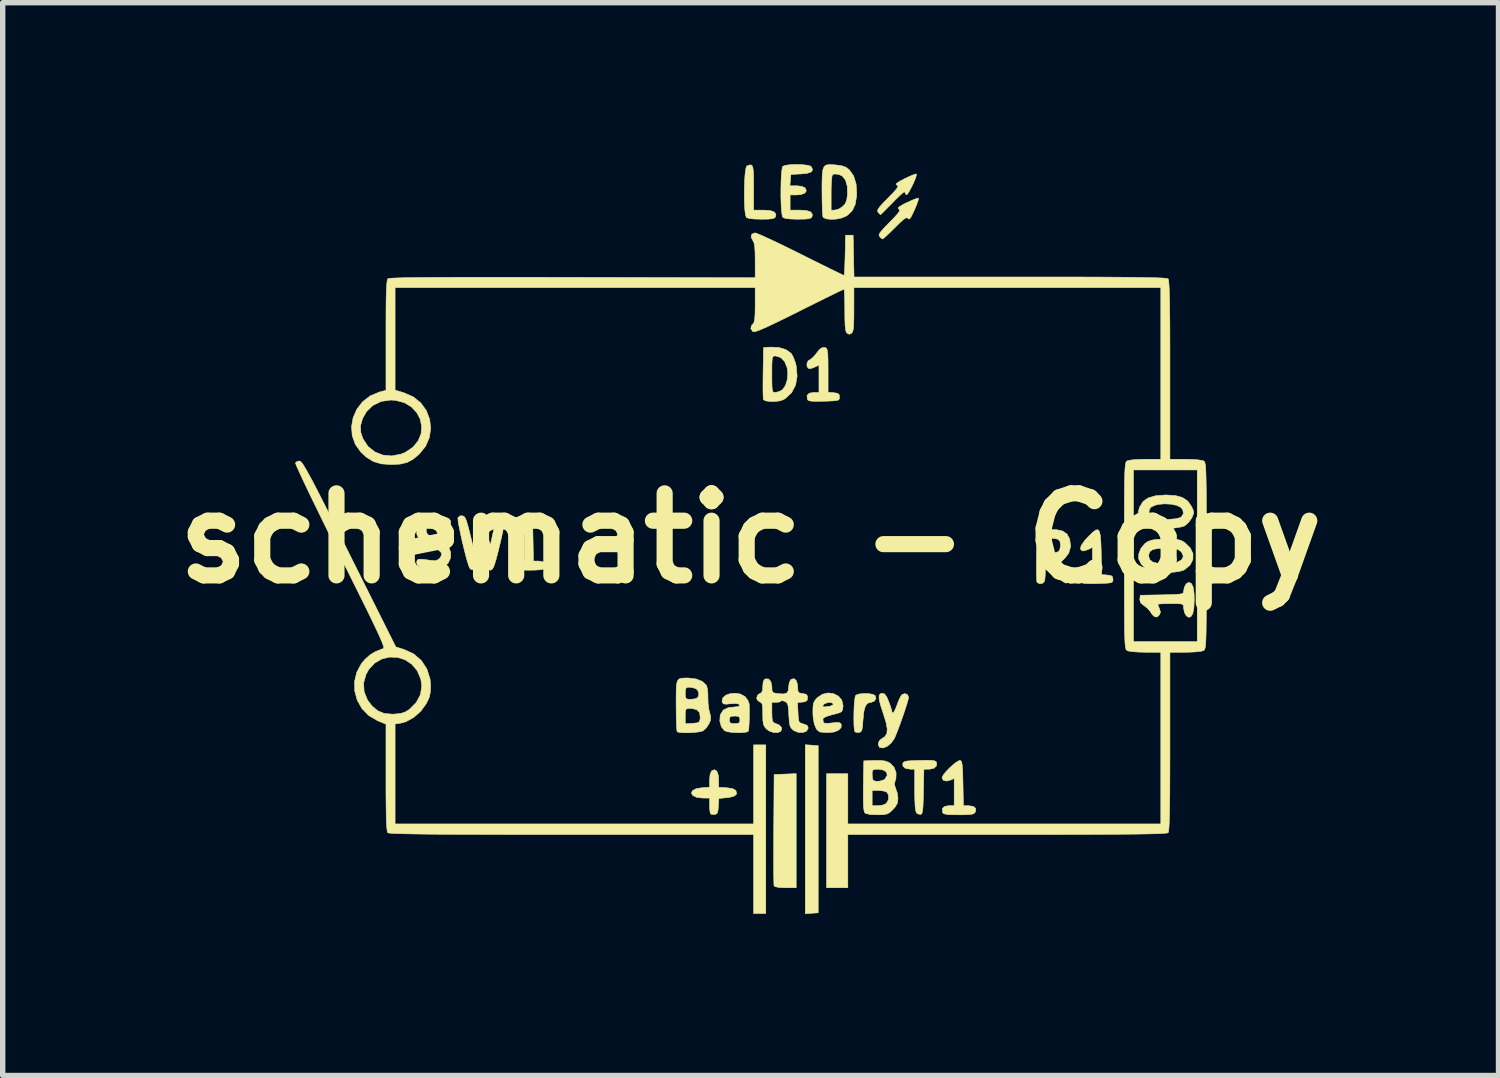
<source format=kicad_pcb>
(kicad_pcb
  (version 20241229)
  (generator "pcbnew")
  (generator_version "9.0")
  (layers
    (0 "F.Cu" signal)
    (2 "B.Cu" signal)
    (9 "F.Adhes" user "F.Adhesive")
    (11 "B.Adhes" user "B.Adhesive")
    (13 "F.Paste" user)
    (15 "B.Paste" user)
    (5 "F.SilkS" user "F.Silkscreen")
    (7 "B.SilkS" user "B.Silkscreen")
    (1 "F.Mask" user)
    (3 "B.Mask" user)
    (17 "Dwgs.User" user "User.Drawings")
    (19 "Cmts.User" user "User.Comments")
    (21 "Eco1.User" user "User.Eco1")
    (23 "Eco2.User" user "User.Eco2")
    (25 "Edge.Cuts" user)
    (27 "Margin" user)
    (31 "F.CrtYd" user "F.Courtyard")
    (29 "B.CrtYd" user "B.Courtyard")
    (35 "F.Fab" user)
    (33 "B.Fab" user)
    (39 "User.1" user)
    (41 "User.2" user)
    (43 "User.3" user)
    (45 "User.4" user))
  (footprint "schematic - Copy"
    (layer "F.Cu")
    (at 10.893 6.949)
    (property "Reference" "schematic - Copy" (at 0 0 0) (layer "F.SilkS") (effects (font (size 1.524 1.524) (thickness 0.3))))
    (attr through_hole)
    (fp_poly (pts (xy 1.136 3.844) (xy 1.256 3.852) (xy 1.256 6.957) (xy 1.136 6.965) (xy 1.016 6.974) (xy 1.016 3.835) (xy 1.136 3.844)) (stroke (width 0.01) (type solid)) (fill yes) (layer "F.SilkS"))
    (fp_poly (pts (xy 0.847 6.491) (xy 0.648 6.491) (xy 0.523 6.486) (xy 0.453 6.47) (xy 0.436 6.456) (xy 0.433 6.42) (xy 0.431 6.335) (xy 0.429 6.206) (xy 0.428 6.041) (xy 0.428 5.845) (xy 0.429 5.627) (xy 0.43 5.404) (xy 0.437 4.389) (xy 0.847 4.372) (xy 0.847 6.491)) (stroke (width 0.01) (type solid)) (fill yes) (layer "F.SilkS"))
    (fp_poly (pts (xy 2.194 2.886) (xy 2.273 2.9) (xy 2.314 2.921) (xy 2.329 2.974) (xy 2.302 3.022) (xy 2.243 3.047) (xy 2.23 3.048) (xy 2.172 3.065) (xy 2.131 3.12) (xy 2.104 3.218) (xy 2.089 3.367) (xy 2.088 3.37) (xy 2.08 3.484) (xy 2.069 3.553) (xy 2.053 3.59) (xy 2.028 3.604) (xy 2.017 3.607) (xy 1.961 3.605) (xy 1.939 3.595) (xy 1.927 3.555) (xy 1.92 3.474) (xy 1.918 3.366) (xy 1.919 3.245) (xy 1.923 3.125) (xy 1.931 3.021) (xy 1.942 2.946) (xy 1.954 2.915) (xy 2.013 2.893) (xy 2.1 2.884) (xy 2.194 2.886)) (stroke (width 0.01) (type solid)) (fill yes) (layer "F.SilkS"))
    (fp_poly (pts (xy 0.014 -6.933) (xy 0.031 -6.917) (xy 0.043 -6.881) (xy 0.051 -6.816) (xy 0.055 -6.714) (xy 0.056 -6.566) (xy 0.056 -6.506) (xy 0.056 -6.096) (xy 0.236 -6.096) (xy 0.366 -6.087) (xy 0.443 -6.06) (xy 0.471 -6.014) (xy 0.463 -5.973) (xy 0.444 -5.95) (xy 0.402 -5.936) (xy 0.326 -5.929) (xy 0.205 -5.927) (xy 0.2 -5.927) (xy 0.064 -5.931) (xy -0.032 -5.942) (xy -0.079 -5.961) (xy -0.094 -6.004) (xy -0.106 -6.091) (xy -0.113 -6.21) (xy -0.116 -6.348) (xy -0.115 -6.493) (xy -0.111 -6.634) (xy -0.103 -6.758) (xy -0.091 -6.854) (xy -0.076 -6.908) (xy -0.071 -6.914) (xy -0.016 -6.936) (xy 0.014 -6.933)) (stroke (width 0.01) (type solid)) (fill yes) (layer "F.SilkS"))
    (fp_poly (pts (xy 3.362 4.126) (xy 3.416 4.134) (xy 3.444 4.149) (xy 3.454 4.165) (xy 3.454 4.227) (xy 3.407 4.271) (xy 3.323 4.29) (xy 3.313 4.29) (xy 3.219 4.29) (xy 3.211 4.706) (xy 3.207 4.871) (xy 3.202 4.988) (xy 3.194 5.064) (xy 3.183 5.108) (xy 3.168 5.127) (xy 3.16 5.13) (xy 3.104 5.119) (xy 3.083 5.103) (xy 3.067 5.063) (xy 3.056 4.977) (xy 3.05 4.841) (xy 3.048 4.679) (xy 3.048 4.29) (xy 2.97 4.289) (xy 2.878 4.275) (xy 2.83 4.233) (xy 2.827 4.188) (xy 2.837 4.164) (xy 2.863 4.148) (xy 2.915 4.137) (xy 3.004 4.131) (xy 3.137 4.127) (xy 3.272 4.124) (xy 3.362 4.126)) (stroke (width 0.01) (type solid)) (fill yes) (layer "F.SilkS"))
    (fp_poly (pts (xy 6.479 -0.127) (xy 6.497 -0.05) (xy 6.507 0.076) (xy 6.513 0.253) (xy 6.513 0.277) (xy 6.521 0.674) (xy 6.626 0.683) (xy 6.696 0.694) (xy 6.725 0.719) (xy 6.731 0.762) (xy 6.729 0.794) (xy 6.717 0.814) (xy 6.684 0.827) (xy 6.62 0.834) (xy 6.515 0.838) (xy 6.441 0.841) (xy 6.306 0.843) (xy 6.218 0.84) (xy 6.166 0.832) (xy 6.14 0.815) (xy 6.135 0.805) (xy 6.128 0.735) (xy 6.17 0.691) (xy 6.25 0.677) (xy 6.35 0.677) (xy 6.35 0.168) (xy 6.272 0.207) (xy 6.206 0.231) (xy 6.16 0.234) (xy 6.126 0.199) (xy 6.141 0.136) (xy 6.205 0.044) (xy 6.27 -0.027) (xy 6.349 -0.105) (xy 6.408 -0.151) (xy 6.45 -0.159) (xy 6.479 -0.127)) (stroke (width 0.01) (type solid)) (fill yes) (layer "F.SilkS"))
    (fp_poly (pts (xy -0.626 4.328) (xy -0.599 4.403) (xy -0.593 4.489) (xy -0.593 4.625) (xy -0.447 4.634) (xy -0.339 4.649) (xy -0.279 4.681) (xy -0.272 4.691) (xy -0.258 4.746) (xy -0.296 4.785) (xy -0.387 4.812) (xy -0.449 4.819) (xy -0.59 4.833) (xy -0.598 4.978) (xy -0.607 5.065) (xy -0.624 5.111) (xy -0.656 5.129) (xy -0.664 5.131) (xy -0.72 5.129) (xy -0.742 5.119) (xy -0.754 5.081) (xy -0.761 5.007) (xy -0.762 4.962) (xy -0.762 4.826) (xy -0.884 4.826) (xy -0.999 4.813) (xy -1.072 4.779) (xy -1.099 4.735) (xy -1.08 4.689) (xy -1.015 4.653) (xy -0.907 4.634) (xy -0.762 4.625) (xy -0.762 4.489) (xy -0.752 4.384) (xy -0.724 4.322) (xy -0.72 4.318) (xy -0.667 4.298) (xy -0.626 4.328)) (stroke (width 0.01) (type solid)) (fill yes) (layer "F.SilkS"))
    (fp_poly (pts (xy 3.118 -6.317) (xy 3.115 -6.286) (xy 3.092 -6.218) (xy 3.055 -6.125) (xy 3.044 -6.101) (xy 2.997 -6) (xy 2.965 -5.945) (xy 2.942 -5.929) (xy 2.924 -5.942) (xy 2.904 -5.955) (xy 2.873 -5.946) (xy 2.824 -5.909) (xy 2.749 -5.839) (xy 2.682 -5.772) (xy 2.594 -5.685) (xy 2.52 -5.615) (xy 2.469 -5.571) (xy 2.452 -5.56) (xy 2.421 -5.579) (xy 2.398 -5.604) (xy 2.386 -5.628) (xy 2.395 -5.661) (xy 2.43 -5.709) (xy 2.496 -5.782) (xy 2.581 -5.869) (xy 2.677 -5.967) (xy 2.737 -6.035) (xy 2.765 -6.078) (xy 2.767 -6.104) (xy 2.754 -6.115) (xy 2.741 -6.133) (xy 2.762 -6.158) (xy 2.824 -6.196) (xy 2.906 -6.237) (xy 3.001 -6.28) (xy 3.075 -6.309) (xy 3.115 -6.318) (xy 3.118 -6.317)) (stroke (width 0.01) (type solid)) (fill yes) (layer "F.SilkS"))
    (fp_poly (pts (xy 3.079 -6.768) (xy 3.079 -6.74) (xy 3.058 -6.675) (xy 3.019 -6.584) (xy 3.001 -6.547) (xy 2.946 -6.443) (xy 2.908 -6.387) (xy 2.888 -6.381) (xy 2.886 -6.385) (xy 2.866 -6.427) (xy 2.853 -6.435) (xy 2.826 -6.416) (xy 2.769 -6.364) (xy 2.691 -6.289) (xy 2.627 -6.223) (xy 2.541 -6.136) (xy 2.472 -6.066) (xy 2.426 -6.022) (xy 2.414 -6.011) (xy 2.392 -6.03) (xy 2.369 -6.055) (xy 2.358 -6.08) (xy 2.367 -6.112) (xy 2.402 -6.161) (xy 2.467 -6.233) (xy 2.552 -6.319) (xy 2.647 -6.417) (xy 2.706 -6.483) (xy 2.734 -6.525) (xy 2.735 -6.549) (xy 2.719 -6.56) (xy 2.702 -6.576) (xy 2.72 -6.599) (xy 2.78 -6.637) (xy 2.86 -6.679) (xy 2.955 -6.724) (xy 3.032 -6.756) (xy 3.076 -6.768) (xy 3.079 -6.768)) (stroke (width 0.01) (type solid)) (fill yes) (layer "F.SilkS"))
    (fp_poly (pts (xy 3.89 4.126) (xy 3.909 4.136) (xy 3.922 4.164) (xy 3.931 4.217) (xy 3.938 4.305) (xy 3.942 4.435) (xy 3.945 4.551) (xy 3.953 4.967) (xy 4.045 4.967) (xy 4.136 4.981) (xy 4.182 5.018) (xy 4.179 5.075) (xy 4.175 5.084) (xy 4.155 5.108) (xy 4.12 5.124) (xy 4.058 5.132) (xy 3.958 5.136) (xy 3.865 5.136) (xy 3.73 5.135) (xy 3.642 5.129) (xy 3.591 5.117) (xy 3.568 5.098) (xy 3.566 5.094) (xy 3.56 5.024) (xy 3.603 4.981) (xy 3.682 4.967) (xy 3.782 4.967) (xy 3.782 4.46) (xy 3.713 4.492) (xy 3.637 4.51) (xy 3.579 4.494) (xy 3.556 4.448) (xy 3.556 4.447) (xy 3.576 4.403) (xy 3.627 4.338) (xy 3.696 4.266) (xy 3.771 4.198) (xy 3.838 4.148) (xy 3.885 4.126) (xy 3.89 4.126)) (stroke (width 0.01) (type solid)) (fill yes) (layer "F.SilkS"))
    (fp_poly (pts (xy -4.106 -0.417) (xy -4.084 -0.411) (xy -4.069 -0.393) (xy -4.058 -0.356) (xy -4.051 -0.29) (xy -4.046 -0.186) (xy -4.043 -0.038) (xy -4.042 0.007) (xy -4.034 0.423) (xy -3.94 0.423) (xy -3.855 0.437) (xy -3.803 0.473) (xy -3.794 0.522) (xy -3.81 0.55) (xy -3.842 0.571) (xy -3.902 0.584) (xy -4.001 0.591) (xy -4.125 0.593) (xy -4.259 0.591) (xy -4.346 0.585) (xy -4.396 0.573) (xy -4.419 0.554) (xy -4.421 0.55) (xy -4.427 0.481) (xy -4.384 0.437) (xy -4.305 0.423) (xy -4.205 0.423) (xy -4.205 -0.083) (xy -4.274 -0.052) (xy -4.342 -0.034) (xy -4.387 -0.038) (xy -4.425 -0.076) (xy -4.424 -0.129) (xy -4.386 -0.178) (xy -4.366 -0.19) (xy -4.31 -0.232) (xy -4.248 -0.3) (xy -4.232 -0.322) (xy -4.167 -0.396) (xy -4.109 -0.417) (xy -4.106 -0.417)) (stroke (width 0.01) (type solid)) (fill yes) (layer "F.SilkS"))
    (fp_poly (pts (xy 1.394 -3.539) (xy 1.397 -3.538) (xy 1.414 -3.522) (xy 1.426 -3.485) (xy 1.434 -3.419) (xy 1.438 -3.314) (xy 1.439 -3.164) (xy 1.439 -3.117) (xy 1.439 -2.713) (xy 1.545 -2.704) (xy 1.615 -2.693) (xy 1.645 -2.668) (xy 1.651 -2.625) (xy 1.649 -2.593) (xy 1.637 -2.572) (xy 1.604 -2.56) (xy 1.54 -2.553) (xy 1.435 -2.548) (xy 1.361 -2.546) (xy 1.226 -2.544) (xy 1.138 -2.546) (xy 1.086 -2.555) (xy 1.06 -2.571) (xy 1.055 -2.581) (xy 1.048 -2.652) (xy 1.09 -2.695) (xy 1.17 -2.709) (xy 1.27 -2.709) (xy 1.27 -3.219) (xy 1.192 -3.18) (xy 1.126 -3.155) (xy 1.079 -3.153) (xy 1.049 -3.189) (xy 1.046 -3.245) (xy 1.07 -3.297) (xy 1.098 -3.315) (xy 1.147 -3.348) (xy 1.204 -3.41) (xy 1.218 -3.43) (xy 1.282 -3.51) (xy 1.337 -3.544) (xy 1.394 -3.539)) (stroke (width 0.01) (type solid)) (fill yes) (layer "F.SilkS"))
    (fp_poly (pts (xy 2.492 2.895) (xy 2.53 2.949) (xy 2.566 3.035) (xy 2.598 3.123) (xy 2.619 3.191) (xy 2.625 3.218) (xy 2.633 3.25) (xy 2.656 3.235) (xy 2.687 3.18) (xy 2.722 3.092) (xy 2.722 3.09) (xy 2.757 3) (xy 2.792 2.93) (xy 2.813 2.903) (xy 2.868 2.885) (xy 2.917 2.907) (xy 2.935 2.955) (xy 2.925 3.002) (xy 2.9 3.089) (xy 2.863 3.203) (xy 2.819 3.331) (xy 2.773 3.461) (xy 2.728 3.58) (xy 2.69 3.675) (xy 2.667 3.725) (xy 2.608 3.807) (xy 2.535 3.866) (xy 2.461 3.895) (xy 2.4 3.885) (xy 2.389 3.876) (xy 2.37 3.822) (xy 2.39 3.762) (xy 2.436 3.723) (xy 2.498 3.682) (xy 2.532 3.623) (xy 2.538 3.538) (xy 2.516 3.421) (xy 2.467 3.262) (xy 2.463 3.249) (xy 2.414 3.099) (xy 2.388 2.994) (xy 2.386 2.926) (xy 2.406 2.89) (xy 2.449 2.879) (xy 2.452 2.879) (xy 2.492 2.895)) (stroke (width 0.01) (type solid)) (fill yes) (layer "F.SilkS"))
    (fp_poly (pts (xy 0.947 -6.941) (xy 1.044 -6.931) (xy 1.11 -6.915) (xy 1.126 -6.904) (xy 1.153 -6.847) (xy 1.126 -6.805) (xy 1.046 -6.778) (xy 0.936 -6.768) (xy 0.748 -6.759) (xy 0.739 -6.653) (xy 0.73 -6.548) (xy 0.856 -6.548) (xy 0.953 -6.537) (xy 1.013 -6.509) (xy 1.016 -6.505) (xy 1.035 -6.453) (xy 1.005 -6.411) (xy 0.932 -6.384) (xy 0.857 -6.378) (xy 0.734 -6.378) (xy 0.734 -6.096) (xy 0.914 -6.096) (xy 1.043 -6.087) (xy 1.12 -6.06) (xy 1.148 -6.014) (xy 1.14 -5.973) (xy 1.122 -5.95) (xy 1.08 -5.936) (xy 1.003 -5.929) (xy 0.882 -5.927) (xy 0.878 -5.927) (xy 0.741 -5.931) (xy 0.646 -5.942) (xy 0.598 -5.961) (xy 0.585 -6.002) (xy 0.574 -6.088) (xy 0.567 -6.205) (xy 0.563 -6.343) (xy 0.563 -6.488) (xy 0.566 -6.629) (xy 0.572 -6.753) (xy 0.582 -6.848) (xy 0.594 -6.903) (xy 0.598 -6.909) (xy 0.646 -6.928) (xy 0.731 -6.939) (xy 0.837 -6.944) (xy 0.947 -6.941)) (stroke (width 0.01) (type solid)) (fill yes) (layer "F.SilkS"))
    (fp_poly (pts (xy 0.521 -3.545) (xy 0.653 -3.506) (xy 0.748 -3.439) (xy 0.759 -3.427) (xy 0.797 -3.357) (xy 0.832 -3.26) (xy 0.847 -3.202) (xy 0.864 -3.011) (xy 0.835 -2.844) (xy 0.761 -2.704) (xy 0.645 -2.597) (xy 0.602 -2.572) (xy 0.534 -2.551) (xy 0.445 -2.541) (xy 0.354 -2.542) (xy 0.28 -2.553) (xy 0.24 -2.574) (xy 0.238 -2.576) (xy 0.234 -2.616) (xy 0.231 -2.701) (xy 0.23 -2.822) (xy 0.231 -2.969) (xy 0.232 -3.048) (xy 0.395 -3.048) (xy 0.395 -2.905) (xy 0.398 -2.81) (xy 0.404 -2.752) (xy 0.415 -2.722) (xy 0.434 -2.711) (xy 0.463 -2.709) (xy 0.536 -2.727) (xy 0.591 -2.759) (xy 0.647 -2.836) (xy 0.682 -2.947) (xy 0.691 -3.076) (xy 0.679 -3.168) (xy 0.633 -3.283) (xy 0.56 -3.358) (xy 0.467 -3.387) (xy 0.463 -3.387) (xy 0.434 -3.385) (xy 0.415 -3.374) (xy 0.404 -3.344) (xy 0.398 -3.286) (xy 0.395 -3.19) (xy 0.395 -3.048) (xy 0.232 -3.048) (xy 0.232 -3.077) (xy 0.24 -3.542) (xy 0.367 -3.551) (xy 0.521 -3.545)) (stroke (width 0.01) (type solid)) (fill yes) (layer "F.SilkS"))
    (fp_poly (pts (xy 1.546 -6.938) (xy 1.584 -6.935) (xy 1.697 -6.919) (xy 1.775 -6.89) (xy 1.834 -6.844) (xy 1.914 -6.731) (xy 1.96 -6.58) (xy 1.971 -6.4) (xy 1.968 -6.348) (xy 1.942 -6.199) (xy 1.89 -6.089) (xy 1.805 -6.005) (xy 1.769 -5.982) (xy 1.689 -5.949) (xy 1.59 -5.929) (xy 1.49 -5.925) (xy 1.405 -5.934) (xy 1.351 -5.959) (xy 1.344 -5.971) (xy 1.338 -6.014) (xy 1.333 -6.102) (xy 1.329 -6.225) (xy 1.327 -6.371) (xy 1.327 -6.419) (xy 1.496 -6.419) (xy 1.496 -6.096) (xy 1.565 -6.096) (xy 1.633 -6.114) (xy 1.706 -6.158) (xy 1.71 -6.162) (xy 1.759 -6.216) (xy 1.786 -6.286) (xy 1.799 -6.381) (xy 1.797 -6.535) (xy 1.763 -6.654) (xy 1.701 -6.731) (xy 1.64 -6.758) (xy 1.57 -6.767) (xy 1.525 -6.76) (xy 1.512 -6.725) (xy 1.503 -6.642) (xy 1.497 -6.523) (xy 1.496 -6.419) (xy 1.327 -6.419) (xy 1.326 -6.448) (xy 1.327 -6.629) (xy 1.332 -6.76) (xy 1.344 -6.85) (xy 1.367 -6.906) (xy 1.406 -6.934) (xy 1.465 -6.942) (xy 1.546 -6.938)) (stroke (width 0.01) (type solid)) (fill yes) (layer "F.SilkS"))
    (fp_poly (pts (xy 7.846 0.016) (xy 7.933 0.024) (xy 7.995 0.04) (xy 8.048 0.068) (xy 8.065 0.08) (xy 8.167 0.179) (xy 8.218 0.287) (xy 8.216 0.396) (xy 8.164 0.497) (xy 8.061 0.583) (xy 8.046 0.591) (xy 7.974 0.613) (xy 7.866 0.629) (xy 7.738 0.637) (xy 7.61 0.638) (xy 7.501 0.629) (xy 7.451 0.619) (xy 7.343 0.565) (xy 7.256 0.479) (xy 7.209 0.384) (xy 7.21 0.325) (xy 7.394 0.325) (xy 7.411 0.393) (xy 7.465 0.439) (xy 7.562 0.465) (xy 7.705 0.475) (xy 7.81 0.468) (xy 7.911 0.449) (xy 7.93 0.443) (xy 8.01 0.397) (xy 8.038 0.336) (xy 8.012 0.268) (xy 7.985 0.238) (xy 7.941 0.209) (xy 7.88 0.192) (xy 7.788 0.185) (xy 7.706 0.183) (xy 7.563 0.19) (xy 7.469 0.21) (xy 7.415 0.249) (xy 7.395 0.308) (xy 7.394 0.325) (xy 7.21 0.325) (xy 7.211 0.289) (xy 7.251 0.188) (xy 7.321 0.102) (xy 7.371 0.065) (xy 7.44 0.038) (xy 7.53 0.021) (xy 7.657 0.015) (xy 7.719 0.014) (xy 7.846 0.016)) (stroke (width 0.01) (type solid)) (fill yes) (layer "F.SilkS"))
    (fp_poly (pts (xy 8.189 0.841) (xy 8.221 0.91) (xy 8.238 1.029) (xy 8.241 1.143) (xy 8.234 1.298) (xy 8.213 1.402) (xy 8.177 1.457) (xy 8.142 1.468) (xy 8.095 1.442) (xy 8.059 1.378) (xy 8.043 1.291) (xy 8.043 1.286) (xy 8.041 1.251) (xy 8.028 1.23) (xy 7.992 1.218) (xy 7.922 1.214) (xy 7.807 1.214) (xy 7.803 1.214) (xy 7.695 1.215) (xy 7.612 1.219) (xy 7.568 1.224) (xy 7.564 1.226) (xy 7.574 1.259) (xy 7.596 1.31) (xy 7.614 1.375) (xy 7.594 1.423) (xy 7.592 1.424) (xy 7.549 1.463) (xy 7.507 1.456) (xy 7.49 1.446) (xy 7.453 1.406) (xy 7.426 1.363) (xy 7.379 1.306) (xy 7.311 1.252) (xy 7.308 1.251) (xy 7.247 1.201) (xy 7.23 1.145) (xy 7.231 1.129) (xy 7.239 1.058) (xy 7.641 1.051) (xy 7.799 1.047) (xy 7.909 1.043) (xy 7.98 1.036) (xy 8.02 1.027) (xy 8.039 1.012) (xy 8.043 0.991) (xy 8.043 0.985) (xy 8.058 0.907) (xy 8.095 0.844) (xy 8.141 0.818) (xy 8.142 0.818) (xy 8.189 0.841)) (stroke (width 0.01) (type solid)) (fill yes) (layer "F.SilkS"))
    (fp_poly (pts (xy -5.881 -0.421) (xy -5.841 -0.418) (xy -5.698 -0.401) (xy -5.607 -0.367) (xy -5.57 -0.317) (xy -5.575 -0.275) (xy -5.595 -0.252) (xy -5.639 -0.239) (xy -5.718 -0.234) (xy -5.809 -0.235) (xy -6.025 -0.24) (xy -6.025 -0.158) (xy -6.021 -0.11) (xy -6.002 -0.075) (xy -5.957 -0.044) (xy -5.875 -0.01) (xy -5.804 0.015) (xy -5.683 0.08) (xy -5.605 0.168) (xy -5.57 0.268) (xy -5.575 0.369) (xy -5.619 0.462) (xy -5.7 0.537) (xy -5.815 0.582) (xy -5.911 0.592) (xy -6.013 0.582) (xy -6.104 0.56) (xy -6.133 0.547) (xy -6.193 0.499) (xy -6.204 0.443) (xy -6.195 0.41) (xy -6.175 0.393) (xy -6.13 0.388) (xy -6.051 0.395) (xy -5.94 0.411) (xy -5.858 0.417) (xy -5.804 0.397) (xy -5.772 0.368) (xy -5.739 0.313) (xy -5.747 0.265) (xy -5.801 0.216) (xy -5.905 0.164) (xy -5.956 0.143) (xy -6.081 0.082) (xy -6.159 0.016) (xy -6.199 -0.069) (xy -6.208 -0.164) (xy -6.19 -0.255) (xy -6.126 -0.342) (xy -6.123 -0.344) (xy -6.075 -0.389) (xy -6.03 -0.414) (xy -5.971 -0.422) (xy -5.881 -0.421)) (stroke (width 0.01) (type solid)) (fill yes) (layer "F.SilkS"))
    (fp_poly (pts (xy 1.543 2.887) (xy 1.632 2.933) (xy 1.694 3.007) (xy 1.717 3.106) (xy 1.716 3.126) (xy 1.709 3.183) (xy 1.692 3.218) (xy 1.651 3.241) (xy 1.574 3.263) (xy 1.524 3.275) (xy 1.429 3.303) (xy 1.364 3.331) (xy 1.343 3.353) (xy 1.35 3.411) (xy 1.35 3.418) (xy 1.377 3.436) (xy 1.454 3.436) (xy 1.51 3.43) (xy 1.602 3.421) (xy 1.653 3.426) (xy 1.678 3.447) (xy 1.684 3.46) (xy 1.681 3.517) (xy 1.632 3.566) (xy 1.548 3.599) (xy 1.443 3.61) (xy 1.357 3.606) (xy 1.292 3.598) (xy 1.276 3.594) (xy 1.223 3.544) (xy 1.183 3.449) (xy 1.161 3.319) (xy 1.157 3.231) (xy 1.16 3.126) (xy 1.16 3.123) (xy 1.336 3.123) (xy 1.365 3.132) (xy 1.372 3.132) (xy 1.444 3.125) (xy 1.488 3.115) (xy 1.531 3.093) (xy 1.536 3.073) (xy 1.494 3.05) (xy 1.429 3.052) (xy 1.37 3.076) (xy 1.355 3.09) (xy 1.336 3.123) (xy 1.16 3.123) (xy 1.171 3.058) (xy 1.198 3.008) (xy 1.24 2.961) (xy 1.335 2.897) (xy 1.44 2.873) (xy 1.543 2.887)) (stroke (width 0.01) (type solid)) (fill yes) (layer "F.SilkS"))
    (fp_poly (pts (xy -0.188 2.894) (xy -0.108 2.938) (xy -0.097 2.948) (xy -0.049 3.014) (xy -0.026 3.079) (xy -0.026 3.082) (xy -0.023 3.198) (xy -0.024 3.321) (xy -0.027 3.435) (xy -0.033 3.525) (xy -0.04 3.578) (xy -0.042 3.584) (xy -0.081 3.601) (xy -0.157 3.61) (xy -0.253 3.611) (xy -0.352 3.605) (xy -0.437 3.592) (xy -0.488 3.572) (xy -0.544 3.498) (xy -0.572 3.396) (xy -0.57 3.373) (xy -0.395 3.373) (xy -0.388 3.42) (xy -0.355 3.44) (xy -0.296 3.443) (xy -0.23 3.438) (xy -0.202 3.414) (xy -0.198 3.373) (xy -0.205 3.325) (xy -0.238 3.305) (xy -0.296 3.302) (xy -0.363 3.307) (xy -0.39 3.331) (xy -0.395 3.373) (xy -0.57 3.373) (xy -0.565 3.29) (xy -0.559 3.271) (xy -0.507 3.191) (xy -0.415 3.146) (xy -0.292 3.133) (xy -0.222 3.125) (xy -0.204 3.1) (xy -0.205 3.097) (xy -0.229 3.076) (xy -0.287 3.069) (xy -0.388 3.075) (xy -0.452 3.082) (xy -0.508 3.076) (xy -0.53 3.034) (xy -0.531 3.03) (xy -0.516 2.964) (xy -0.461 2.915) (xy -0.378 2.886) (xy -0.283 2.878) (xy -0.188 2.894)) (stroke (width 0.01) (type solid)) (fill yes) (layer "F.SilkS"))
    (fp_poly (pts (xy 5.683 -0.16) (xy 5.797 -0.134) (xy 5.875 -0.08) (xy 5.923 0.004) (xy 5.927 0.014) (xy 5.945 0.151) (xy 5.909 0.278) (xy 5.835 0.373) (xy 5.751 0.452) (xy 5.841 0.592) (xy 5.9 0.7) (xy 5.918 0.779) (xy 5.896 0.823) (xy 5.856 0.833) (xy 5.805 0.807) (xy 5.736 0.732) (xy 5.673 0.643) (xy 5.609 0.555) (xy 5.554 0.488) (xy 5.516 0.454) (xy 5.51 0.453) (xy 5.487 0.477) (xy 5.476 0.552) (xy 5.475 0.604) (xy 5.472 0.699) (xy 5.464 0.775) (xy 5.458 0.802) (xy 5.421 0.838) (xy 5.367 0.844) (xy 5.324 0.82) (xy 5.318 0.81) (xy 5.314 0.771) (xy 5.311 0.686) (xy 5.31 0.564) (xy 5.311 0.417) (xy 5.312 0.309) (xy 5.317 0) (xy 5.475 0) (xy 5.475 0.277) (xy 5.581 0.275) (xy 5.66 0.267) (xy 5.717 0.249) (xy 5.722 0.246) (xy 5.747 0.201) (xy 5.757 0.129) (xy 5.757 0.127) (xy 5.747 0.057) (xy 5.709 0.018) (xy 5.633 0.002) (xy 5.572 0) (xy 5.475 0) (xy 5.317 0) (xy 5.32 -0.155) (xy 5.524 -0.163) (xy 5.683 -0.16)) (stroke (width 0.01) (type solid)) (fill yes) (layer "F.SilkS"))
    (fp_poly (pts (xy 7.893 -0.793) (xy 8.024 -0.756) (xy 8.12 -0.691) (xy 8.19 -0.592) (xy 8.194 -0.584) (xy 8.225 -0.515) (xy 8.23 -0.465) (xy 8.209 -0.408) (xy 8.192 -0.373) (xy 8.136 -0.295) (xy 8.069 -0.236) (xy 8.055 -0.228) (xy 7.986 -0.208) (xy 7.879 -0.191) (xy 7.756 -0.18) (xy 7.634 -0.176) (xy 7.533 -0.18) (xy 7.493 -0.187) (xy 7.376 -0.225) (xy 7.299 -0.276) (xy 7.247 -0.35) (xy 7.238 -0.368) (xy 7.208 -0.446) (xy 7.206 -0.49) (xy 7.4 -0.49) (xy 7.402 -0.423) (xy 7.436 -0.386) (xy 7.47 -0.37) (xy 7.544 -0.355) (xy 7.648 -0.348) (xy 7.764 -0.351) (xy 7.874 -0.36) (xy 7.96 -0.377) (xy 8 -0.394) (xy 8.04 -0.457) (xy 8.028 -0.529) (xy 7.993 -0.573) (xy 7.921 -0.61) (xy 7.814 -0.633) (xy 7.692 -0.64) (xy 7.575 -0.63) (xy 7.521 -0.616) (xy 7.447 -0.585) (xy 7.412 -0.546) (xy 7.4 -0.49) (xy 7.206 -0.49) (xy 7.205 -0.507) (xy 7.227 -0.58) (xy 7.228 -0.582) (xy 7.289 -0.682) (xy 7.386 -0.75) (xy 7.525 -0.79) (xy 7.71 -0.804) (xy 7.719 -0.804) (xy 7.893 -0.793)) (stroke (width 0.01) (type solid)) (fill yes) (layer "F.SilkS"))
    (fp_poly (pts (xy -4.605 -0.417) (xy -4.581 -0.392) (xy -4.572 -0.341) (xy -4.579 -0.259) (xy -4.601 -0.137) (xy -4.638 0.031) (xy -4.644 0.057) (xy -4.689 0.243) (xy -4.725 0.382) (xy -4.754 0.479) (xy -4.778 0.541) (xy -4.801 0.576) (xy -4.824 0.591) (xy -4.839 0.593) (xy -4.889 0.566) (xy -4.929 0.486) (xy -4.954 0.388) (xy -4.971 0.32) (xy -4.99 0.284) (xy -4.994 0.282) (xy -5.013 0.307) (xy -5.037 0.371) (xy -5.055 0.43) (xy -5.093 0.533) (xy -5.138 0.584) (xy -5.187 0.582) (xy -5.216 0.557) (xy -5.235 0.514) (xy -5.262 0.429) (xy -5.294 0.313) (xy -5.328 0.177) (xy -5.362 0.035) (xy -5.392 -0.104) (xy -5.417 -0.227) (xy -5.433 -0.321) (xy -5.437 -0.377) (xy -5.436 -0.384) (xy -5.397 -0.416) (xy -5.357 -0.418) (xy -5.326 -0.407) (xy -5.301 -0.378) (xy -5.277 -0.319) (xy -5.249 -0.223) (xy -5.224 -0.127) (xy -5.154 0.155) (xy -5.11 0.008) (xy -5.065 -0.113) (xy -5.019 -0.178) (xy -4.974 -0.186) (xy -4.928 -0.138) (xy -4.884 -0.034) (xy -4.873 0.001) (xy -4.835 0.127) (xy -4.785 -0.099) (xy -4.75 -0.243) (xy -4.721 -0.339) (xy -4.693 -0.395) (xy -4.664 -0.42) (xy -4.645 -0.423) (xy -4.605 -0.417)) (stroke (width 0.01) (type solid)) (fill yes) (layer "F.SilkS"))
    (fp_poly (pts (xy 2.505 4.139) (xy 2.573 4.166) (xy 2.588 4.175) (xy 2.664 4.252) (xy 2.703 4.356) (xy 2.699 4.466) (xy 2.686 4.503) (xy 2.67 4.571) (xy 2.695 4.646) (xy 2.696 4.649) (xy 2.724 4.731) (xy 2.737 4.828) (xy 2.737 4.836) (xy 2.727 4.919) (xy 2.687 4.99) (xy 2.642 5.04) (xy 2.587 5.091) (xy 2.538 5.12) (xy 2.476 5.133) (xy 2.381 5.136) (xy 2.349 5.136) (xy 2.218 5.13) (xy 2.14 5.112) (xy 2.119 5.097) (xy 2.106 5.054) (xy 2.097 4.963) (xy 2.093 4.82) (xy 2.094 4.685) (xy 2.258 4.685) (xy 2.258 4.967) (xy 2.369 4.967) (xy 2.456 4.956) (xy 2.519 4.927) (xy 2.524 4.923) (xy 2.561 4.854) (xy 2.563 4.774) (xy 2.534 4.719) (xy 2.487 4.698) (xy 2.408 4.686) (xy 2.379 4.685) (xy 2.258 4.685) (xy 2.094 4.685) (xy 2.094 4.624) (xy 2.095 4.596) (xy 2.098 4.384) (xy 2.258 4.384) (xy 2.263 4.454) (xy 2.275 4.495) (xy 2.277 4.497) (xy 2.327 4.515) (xy 2.401 4.511) (xy 2.471 4.489) (xy 2.496 4.471) (xy 2.537 4.405) (xy 2.527 4.348) (xy 2.471 4.307) (xy 2.375 4.29) (xy 2.365 4.29) (xy 2.295 4.293) (xy 2.265 4.314) (xy 2.258 4.366) (xy 2.258 4.384) (xy 2.098 4.384) (xy 2.103 4.135) (xy 2.3 4.127) (xy 2.421 4.127) (xy 2.505 4.139)) (stroke (width 0.01) (type solid)) (fill yes) (layer "F.SilkS"))
    (fp_poly (pts (xy -1.153 2.596) (xy -1.013 2.613) (xy -0.899 2.658) (xy -0.825 2.727) (xy -0.818 2.738) (xy -0.802 2.797) (xy -0.793 2.888) (xy -0.793 2.956) (xy -0.789 3.071) (xy -0.774 3.183) (xy -0.762 3.232) (xy -0.741 3.316) (xy -0.746 3.381) (xy -0.773 3.447) (xy -0.823 3.522) (xy -0.882 3.575) (xy -0.892 3.58) (xy -0.951 3.595) (xy -1.041 3.606) (xy -1.145 3.612) (xy -1.245 3.612) (xy -1.324 3.606) (xy -1.364 3.594) (xy -1.37 3.56) (xy -1.376 3.481) (xy -1.38 3.364) (xy -1.381 3.304) (xy -1.214 3.304) (xy -1.214 3.446) (xy -1.079 3.438) (xy -0.998 3.43) (xy -0.958 3.413) (xy -0.941 3.375) (xy -0.936 3.331) (xy -0.946 3.24) (xy -0.999 3.184) (xy -1.096 3.161) (xy -1.12 3.161) (xy -1.175 3.163) (xy -1.203 3.18) (xy -1.212 3.226) (xy -1.214 3.304) (xy -1.381 3.304) (xy -1.382 3.22) (xy -1.383 3.103) (xy -1.383 2.922) (xy -1.382 2.879) (xy -1.214 2.879) (xy -1.21 2.951) (xy -1.192 2.983) (xy -1.148 2.991) (xy -1.131 2.992) (xy -1.055 2.986) (xy -1.004 2.974) (xy -0.968 2.935) (xy -0.963 2.875) (xy -0.988 2.817) (xy -1.014 2.795) (xy -1.086 2.772) (xy -1.141 2.766) (xy -1.188 2.772) (xy -1.208 2.8) (xy -1.214 2.866) (xy -1.214 2.879) (xy -1.382 2.879) (xy -1.381 2.791) (xy -1.373 2.7) (xy -1.355 2.643) (xy -1.325 2.612) (xy -1.279 2.599) (xy -1.213 2.596) (xy -1.153 2.596)) (stroke (width 0.01) (type solid)) (fill yes) (layer "F.SilkS"))
    (fp_poly (pts (xy 0.843 2.636) (xy 0.87 2.707) (xy 0.875 2.767) (xy 0.879 2.838) (xy 0.901 2.871) (xy 0.955 2.883) (xy 0.967 2.884) (xy 1.031 2.898) (xy 1.056 2.931) (xy 1.058 2.963) (xy 1.049 3.013) (xy 1.009 3.036) (xy 0.965 3.043) (xy 0.872 3.052) (xy 0.881 3.239) (xy 0.886 3.339) (xy 0.896 3.397) (xy 0.918 3.427) (xy 0.958 3.443) (xy 0.983 3.45) (xy 1.047 3.474) (xy 1.068 3.511) (xy 1.067 3.536) (xy 1.036 3.585) (xy 0.971 3.608) (xy 0.889 3.606) (xy 0.81 3.575) (xy 0.788 3.56) (xy 0.753 3.525) (xy 0.731 3.48) (xy 0.719 3.409) (xy 0.711 3.299) (xy 0.71 3.283) (xy 0.704 3.17) (xy 0.694 3.1) (xy 0.676 3.06) (xy 0.647 3.036) (xy 0.632 3.029) (xy 0.583 3.014) (xy 0.564 3.022) (xy 0.54 3.04) (xy 0.481 3.048) (xy 0.48 3.048) (xy 0.395 3.048) (xy 0.395 3.232) (xy 0.398 3.336) (xy 0.408 3.396) (xy 0.429 3.425) (xy 0.445 3.432) (xy 0.532 3.469) (xy 0.573 3.513) (xy 0.579 3.545) (xy 0.556 3.59) (xy 0.498 3.61) (xy 0.423 3.607) (xy 0.346 3.58) (xy 0.297 3.545) (xy 0.259 3.501) (xy 0.238 3.453) (xy 0.228 3.382) (xy 0.226 3.273) (xy 0.226 3.264) (xy 0.224 3.155) (xy 0.217 3.09) (xy 0.201 3.056) (xy 0.174 3.041) (xy 0.169 3.04) (xy 0.122 3.002) (xy 0.113 2.963) (xy 0.136 2.905) (xy 0.169 2.887) (xy 0.206 2.865) (xy 0.223 2.816) (xy 0.226 2.751) (xy 0.234 2.662) (xy 0.262 2.618) (xy 0.272 2.613) (xy 0.333 2.613) (xy 0.376 2.661) (xy 0.395 2.749) (xy 0.395 2.766) (xy 0.399 2.836) (xy 0.423 2.869) (xy 0.482 2.883) (xy 0.501 2.885) (xy 0.607 2.892) (xy 0.67 2.877) (xy 0.699 2.834) (xy 0.706 2.766) (xy 0.717 2.684) (xy 0.744 2.628) (xy 0.748 2.625) (xy 0.8 2.606) (xy 0.843 2.636)) (stroke (width 0.01) (type solid)) (fill yes) (layer "F.SilkS"))
    (fp_poly (pts (xy -8.359 -1.426) (xy -8.338 -1.403) (xy -8.308 -1.362) (xy -8.27 -1.3) (xy -8.221 -1.213) (xy -8.158 -1.098) (xy -8.081 -0.952) (xy -7.988 -0.771) (xy -7.877 -0.552) (xy -7.745 -0.291) (xy -7.592 0.013) (xy -7.451 0.297) (xy -6.59 2.019) (xy -6.435 2.066) (xy -6.259 2.148) (xy -6.116 2.271) (xy -6.014 2.428) (xy -5.955 2.611) (xy -5.944 2.739) (xy -5.949 2.859) (xy -5.969 2.952) (xy -6.013 3.049) (xy -6.029 3.078) (xy -6.129 3.215) (xy -6.258 3.328) (xy -6.4 3.406) (xy -6.495 3.433) (xy -6.604 3.45) (xy -6.604 5.306) (xy 0.056 5.306) (xy 0.056 3.838) (xy 0.282 3.838) (xy 0.282 6.971) (xy 0.056 6.971) (xy 0.056 5.503) (xy -3.325 5.503) (xy -3.86 5.503) (xy -4.341 5.503) (xy -4.77 5.502) (xy -5.15 5.501) (xy -5.482 5.5) (xy -5.77 5.498) (xy -6.015 5.496) (xy -6.221 5.493) (xy -6.388 5.49) (xy -6.52 5.487) (xy -6.619 5.483) (xy -6.687 5.479) (xy -6.727 5.474) (xy -6.739 5.469) (xy -6.749 5.444) (xy -6.757 5.385) (xy -6.763 5.289) (xy -6.768 5.152) (xy -6.771 4.97) (xy -6.773 4.74) (xy -6.773 4.458) (xy -6.773 4.445) (xy -6.773 3.453) (xy -6.929 3.389) (xy -7.093 3.293) (xy -7.219 3.163) (xy -7.307 3.009) (xy -7.353 2.838) (xy -7.356 2.687) (xy -7.189 2.687) (xy -7.179 2.849) (xy -7.117 3.004) (xy -7.033 3.115) (xy -6.927 3.204) (xy -6.809 3.253) (xy -6.663 3.267) (xy -6.614 3.266) (xy -6.498 3.254) (xy -6.413 3.226) (xy -6.339 3.179) (xy -6.211 3.051) (xy -6.133 2.905) (xy -6.108 2.745) (xy -6.126 2.616) (xy -6.193 2.459) (xy -6.294 2.339) (xy -6.419 2.256) (xy -6.56 2.212) (xy -6.707 2.207) (xy -6.851 2.242) (xy -6.983 2.318) (xy -7.092 2.436) (xy -7.143 2.526) (xy -7.189 2.687) (xy -7.356 2.687) (xy -7.357 2.661) (xy -7.315 2.488) (xy -7.228 2.326) (xy -7.16 2.247) (xy -7.069 2.166) (xy -6.976 2.109) (xy -6.858 2.061) (xy -6.822 2.049) (xy -6.815 2.04) (xy -6.817 2.018) (xy -6.828 1.978) (xy -6.851 1.918) (xy -6.887 1.835) (xy -6.937 1.725) (xy -7.004 1.584) (xy -7.089 1.409) (xy -7.193 1.197) (xy -7.318 0.945) (xy -7.465 0.649) (xy -7.621 0.336) (xy -7.765 0.047) (xy -7.901 -0.227) (xy -8.026 -0.483) (xy -8.14 -0.716) (xy -8.239 -0.922) (xy -8.322 -1.097) (xy -8.386 -1.237) (xy -8.431 -1.336) (xy -8.453 -1.392) (xy -8.454 -1.402) (xy -8.417 -1.432) (xy -8.375 -1.434) (xy -8.359 -1.426)) (stroke (width 0.01) (type solid)) (fill yes) (layer "F.SilkS"))
    (fp_poly (pts (xy 0.123 -5.66) (xy 0.205 -5.626) (xy 0.325 -5.571) (xy 0.475 -5.501) (xy 0.649 -5.417) (xy 0.84 -5.323) (xy 0.931 -5.278) (xy 1.126 -5.18) (xy 1.304 -5.092) (xy 1.459 -5.015) (xy 1.586 -4.953) (xy 1.677 -4.909) (xy 1.727 -4.885) (xy 1.735 -4.882) (xy 1.74 -4.909) (xy 1.746 -4.981) (xy 1.751 -5.09) (xy 1.755 -5.223) (xy 1.756 -5.256) (xy 1.764 -5.63) (xy 1.905 -5.63) (xy 1.913 -5.242) (xy 1.921 -4.854) (xy 4.821 -4.854) (xy 5.315 -4.854) (xy 5.756 -4.854) (xy 6.145 -4.853) (xy 6.485 -4.852) (xy 6.778 -4.85) (xy 7.028 -4.848) (xy 7.236 -4.845) (xy 7.406 -4.842) (xy 7.539 -4.839) (xy 7.638 -4.835) (xy 7.705 -4.83) (xy 7.744 -4.825) (xy 7.755 -4.82) (xy 7.763 -4.799) (xy 7.769 -4.747) (xy 7.775 -4.664) (xy 7.779 -4.544) (xy 7.783 -4.386) (xy 7.786 -4.185) (xy 7.788 -3.939) (xy 7.789 -3.644) (xy 7.789 -3.297) (xy 7.789 -3.127) (xy 7.789 -1.468) (xy 8.073 -1.468) (xy 8.2 -1.465) (xy 8.31 -1.457) (xy 8.387 -1.446) (xy 8.412 -1.438) (xy 8.423 -1.431) (xy 8.433 -1.418) (xy 8.441 -1.397) (xy 8.448 -1.362) (xy 8.453 -1.309) (xy 8.457 -1.234) (xy 8.46 -1.134) (xy 8.463 -1.003) (xy 8.465 -0.838) (xy 8.466 -0.633) (xy 8.466 -0.386) (xy 8.467 -0.092) (xy 8.467 0.254) (xy 8.467 0.325) (xy 8.467 0.68) (xy 8.466 0.984) (xy 8.466 1.24) (xy 8.465 1.452) (xy 8.463 1.624) (xy 8.461 1.761) (xy 8.458 1.867) (xy 8.454 1.946) (xy 8.449 2.002) (xy 8.442 2.04) (xy 8.434 2.064) (xy 8.425 2.078) (xy 8.414 2.086) (xy 8.412 2.087) (xy 8.361 2.1) (xy 8.269 2.11) (xy 8.151 2.116) (xy 8.073 2.117) (xy 7.789 2.117) (xy 7.789 3.776) (xy 7.789 4.147) (xy 7.788 4.464) (xy 7.787 4.731) (xy 7.784 4.952) (xy 7.781 5.128) (xy 7.777 5.265) (xy 7.772 5.364) (xy 7.766 5.429) (xy 7.759 5.463) (xy 7.755 5.469) (xy 7.737 5.475) (xy 7.691 5.48) (xy 7.616 5.485) (xy 7.509 5.489) (xy 7.367 5.492) (xy 7.189 5.495) (xy 6.971 5.497) (xy 6.712 5.499) (xy 6.408 5.501) (xy 6.057 5.502) (xy 5.657 5.503) (xy 5.205 5.503) (xy 4.764 5.503) (xy 1.806 5.503) (xy 1.806 6.491) (xy 1.411 6.491) (xy 1.411 4.374) (xy 1.806 4.374) (xy 1.806 5.306) (xy 7.62 5.306) (xy 7.62 2.117) (xy 7.336 2.117) (xy 7.209 2.114) (xy 7.1 2.106) (xy 7.022 2.095) (xy 6.997 2.087) (xy 6.986 2.08) (xy 6.976 2.067) (xy 6.968 2.046) (xy 6.962 2.011) (xy 6.956 1.958) (xy 6.952 1.884) (xy 6.949 1.783) (xy 6.946 1.652) (xy 6.945 1.487) (xy 6.944 1.282) (xy 6.943 1.035) (xy 6.943 0.741) (xy 6.943 0.395) (xy 6.943 0.325) (xy 6.943 -0.031) (xy 6.943 -0.335) (xy 6.943 -0.591) (xy 6.944 -0.802) (xy 6.946 -0.975) (xy 6.948 -1.112) (xy 6.951 -1.218) (xy 6.954 -1.27) (xy 7.112 -1.27) (xy 7.112 1.919) (xy 8.297 1.919) (xy 8.297 -1.27) (xy 7.112 -1.27) (xy 6.954 -1.27) (xy 6.956 -1.297) (xy 6.961 -1.353) (xy 6.967 -1.391) (xy 6.975 -1.415) (xy 6.984 -1.429) (xy 6.995 -1.437) (xy 6.997 -1.438) (xy 7.048 -1.451) (xy 7.14 -1.461) (xy 7.258 -1.466) (xy 7.336 -1.468) (xy 7.62 -1.468) (xy 7.62 -4.657) (xy 1.919 -4.657) (xy 1.919 -4.251) (xy 1.918 -4.084) (xy 1.914 -3.965) (xy 1.907 -3.885) (xy 1.895 -3.837) (xy 1.878 -3.811) (xy 1.877 -3.81) (xy 1.832 -3.789) (xy 1.792 -3.81) (xy 1.774 -3.836) (xy 1.762 -3.884) (xy 1.755 -3.963) (xy 1.751 -4.082) (xy 1.75 -4.237) (xy 1.749 -4.378) (xy 1.746 -4.497) (xy 1.742 -4.583) (xy 1.737 -4.625) (xy 1.735 -4.628) (xy 1.708 -4.616) (xy 1.636 -4.582) (xy 1.525 -4.528) (xy 1.382 -4.458) (xy 1.213 -4.374) (xy 1.024 -4.28) (xy 0.9 -4.218) (xy 0.666 -4.101) (xy 0.477 -4.009) (xy 0.328 -3.938) (xy 0.216 -3.888) (xy 0.135 -3.855) (xy 0.082 -3.839) (xy 0.05 -3.836) (xy 0.04 -3.84) (xy 0.003 -3.898) (xy 0.021 -3.958) (xy 0.042 -3.979) (xy 0.062 -4.008) (xy 0.075 -4.063) (xy 0.082 -4.152) (xy 0.085 -4.286) (xy 0.085 -4.336) (xy 0.085 -4.657) (xy -6.604 -4.657) (xy -6.604 -2.752) (xy -6.439 -2.703) (xy -6.264 -2.626) (xy -6.125 -2.513) (xy -6.024 -2.372) (xy -5.962 -2.212) (xy -5.942 -2.043) (xy -5.967 -1.873) (xy -6.037 -1.71) (xy -6.157 -1.563) (xy -6.157 -1.562) (xy -6.272 -1.467) (xy -6.383 -1.408) (xy -6.511 -1.378) (xy -6.674 -1.37) (xy -6.675 -1.37) (xy -6.856 -1.382) (xy -7.004 -1.425) (xy -7.134 -1.504) (xy -7.236 -1.597) (xy -7.342 -1.743) (xy -7.4 -1.905) (xy -7.413 -2.074) (xy -7.41 -2.089) (xy -7.247 -2.089) (xy -7.24 -1.962) (xy -7.199 -1.845) (xy -7.107 -1.706) (xy -6.981 -1.605) (xy -6.83 -1.545) (xy -6.665 -1.53) (xy -6.495 -1.563) (xy -6.412 -1.597) (xy -6.27 -1.693) (xy -6.174 -1.811) (xy -6.121 -1.942) (xy -6.11 -2.079) (xy -6.137 -2.213) (xy -6.202 -2.336) (xy -6.301 -2.441) (xy -6.432 -2.519) (xy -6.593 -2.562) (xy -6.683 -2.568) (xy -6.861 -2.543) (xy -7.015 -2.469) (xy -7.137 -2.351) (xy -7.209 -2.223) (xy -7.247 -2.089) (xy -7.41 -2.089) (xy -7.383 -2.241) (xy -7.314 -2.398) (xy -7.208 -2.535) (xy -7.067 -2.645) (xy -6.895 -2.717) (xy -6.893 -2.717) (xy -6.773 -2.749) (xy -6.773 -3.77) (xy -6.773 -4.047) (xy -6.772 -4.272) (xy -6.77 -4.45) (xy -6.766 -4.587) (xy -6.761 -4.688) (xy -6.755 -4.757) (xy -6.747 -4.8) (xy -6.737 -4.821) (xy -6.735 -4.823) (xy -6.712 -4.828) (xy -6.656 -4.832) (xy -6.564 -4.836) (xy -6.436 -4.84) (xy -6.267 -4.843) (xy -6.058 -4.845) (xy -5.805 -4.847) (xy -5.508 -4.848) (xy -5.163 -4.849) (xy -4.77 -4.849) (xy -4.326 -4.849) (xy -3.829 -4.848) (xy -3.306 -4.847) (xy 0.085 -4.84) (xy 0.085 -5.162) (xy 0.083 -5.311) (xy 0.077 -5.414) (xy 0.066 -5.481) (xy 0.048 -5.523) (xy 0.039 -5.535) (xy 0.009 -5.596) (xy 0.023 -5.648) (xy 0.075 -5.672) (xy 0.084 -5.673) (xy 0.123 -5.66)) (stroke (width 0.01) (type solid)) (fill yes) (layer "F.SilkS")))
  (gr_rect
    (start -3 -3)
    (end 24.786 16.928)
    (stroke (width 0.1) (type default))
    (fill no)
    (layer "Edge.Cuts")))
</source>
